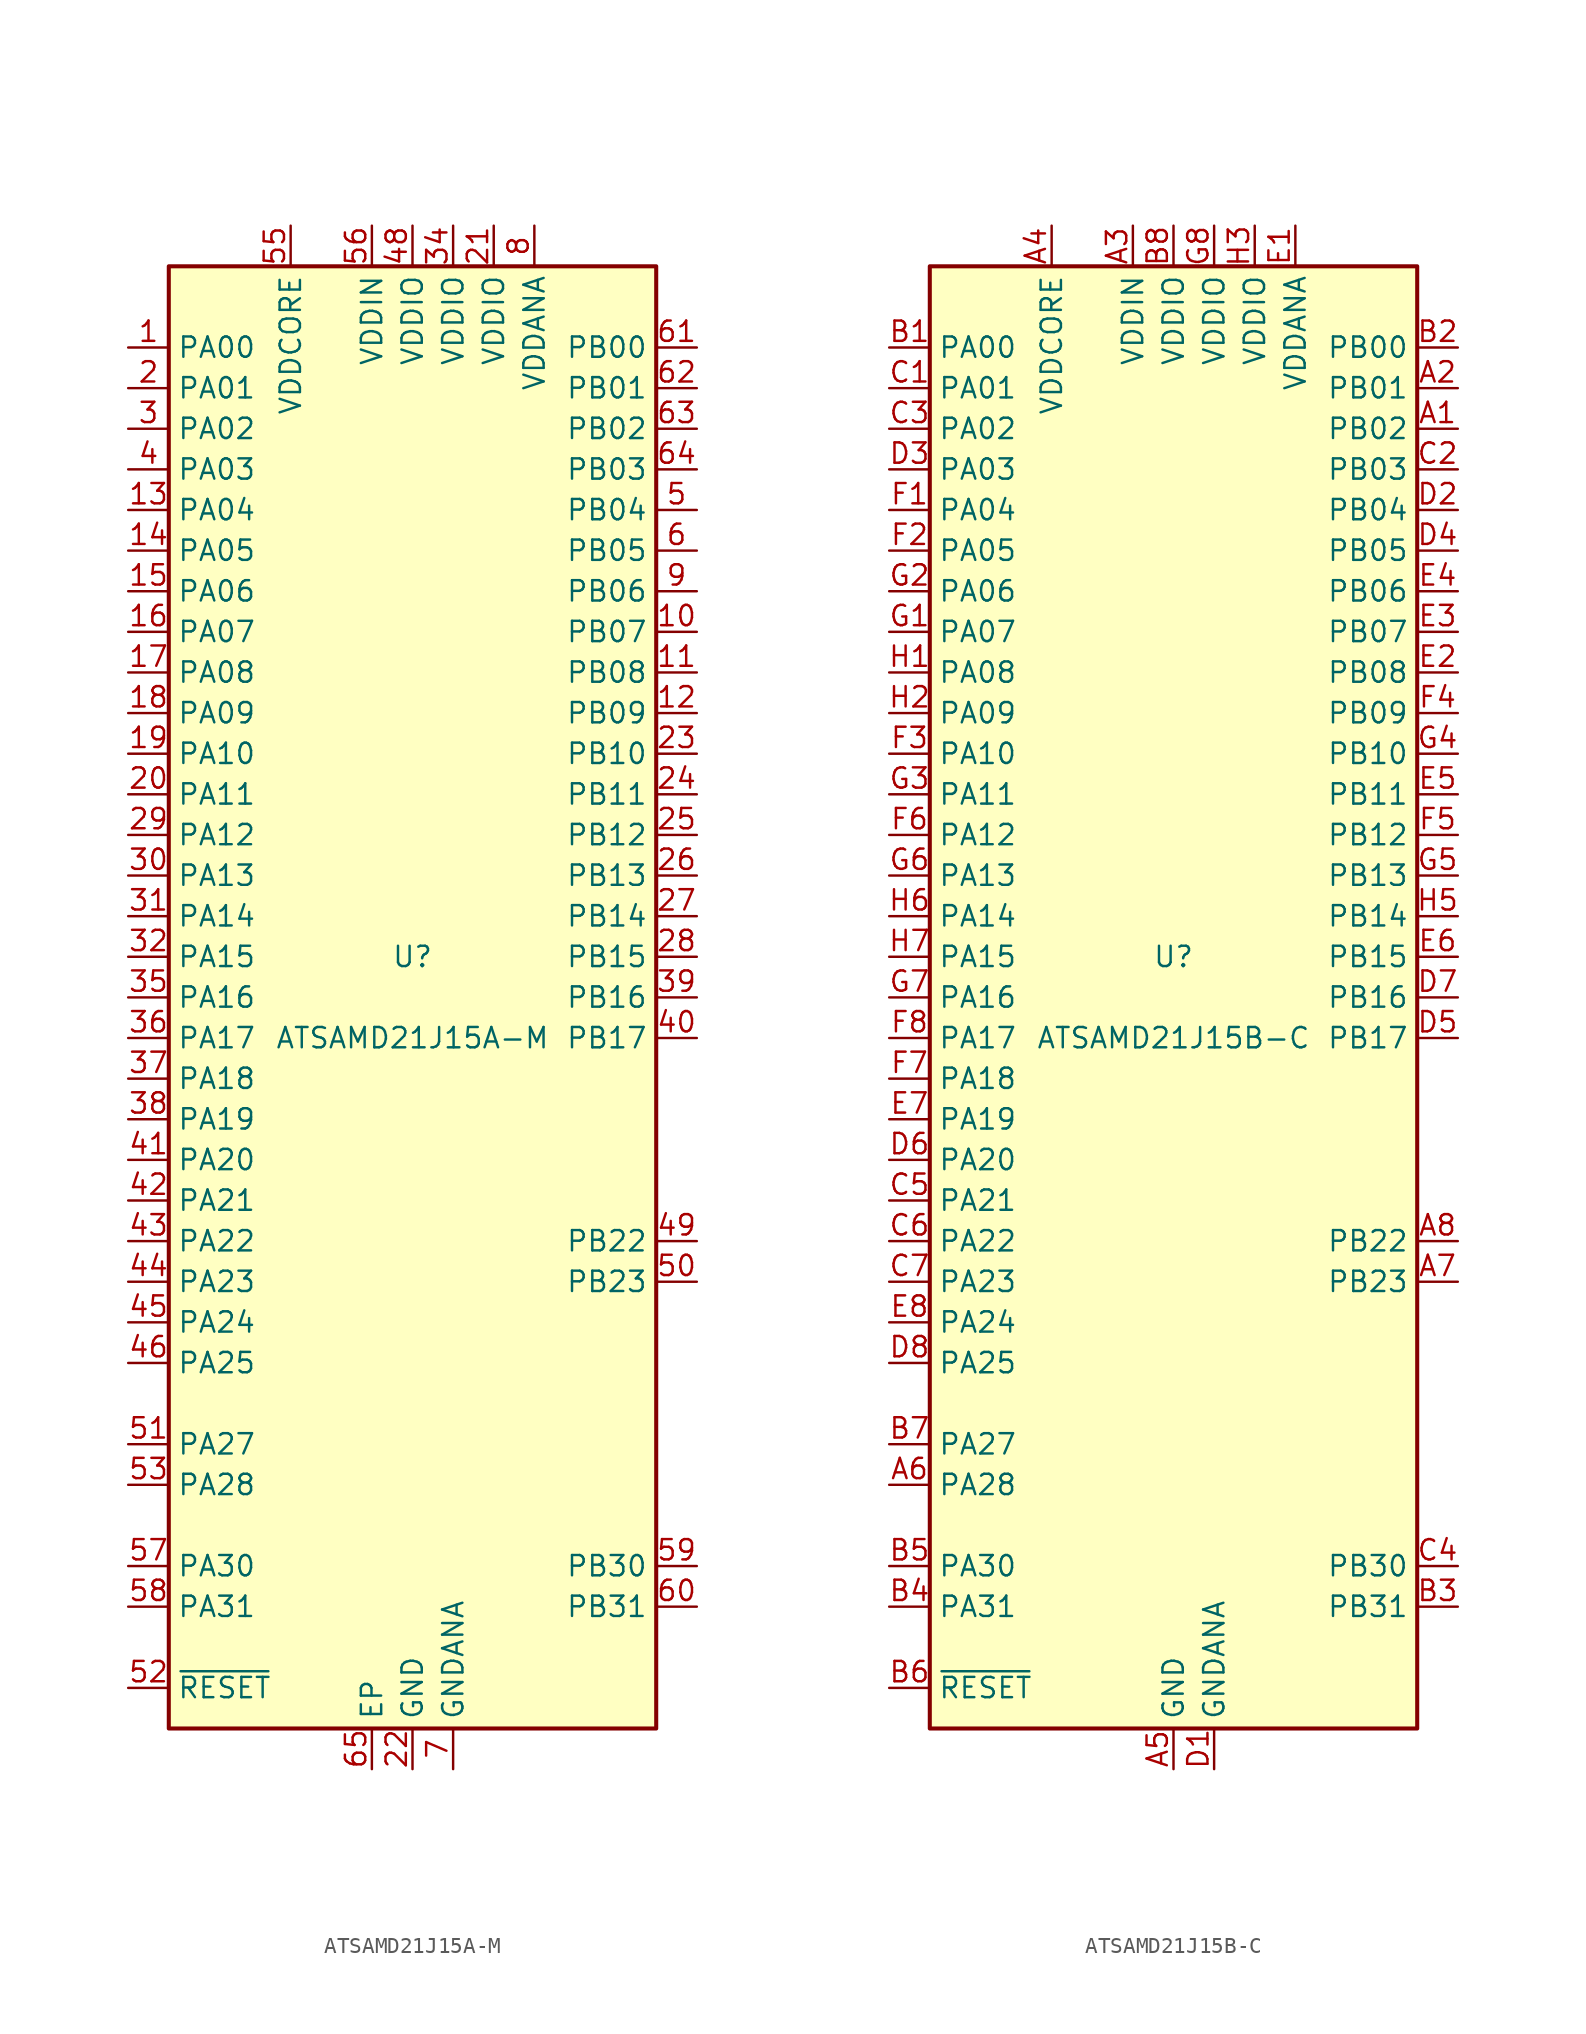
<source format=kicad_sym>
(kicad_symbol_lib
  (version 20201005)
  (generator kicad_symbol_editor)
  (symbol "MCU_Microchip_SAMD:ATSAMD21J15A-M"
    (property "Reference" "U"
      (at 0 2.54 0)
      (effects (font (size 1.27 1.27))))
    (property "Value" "ATSAMD21J15A-M"
      (at 0 -2.54 0)
      (effects (font (size 1.27 1.27))))
    (symbol "ATSAMD21J15A-M_0_1"
      (rectangle (start -15.24 45.72) (end 15.24 -45.72) (stroke (width 0.254)) (fill (type background))))
    (symbol "ATSAMD21J15A-M_1_1"
      (pin bidirectional line (at -17.78 40.64 0) (length 2.54) (name "PA00" (effects (font (size 1.27 1.27)))) (number "1" (effects (font (size 1.27 1.27)))))
      (pin bidirectional line (at 17.78 22.86 180) (length 2.54) (name "PB07" (effects (font (size 1.27 1.27)))) (number "10" (effects (font (size 1.27 1.27)))))
      (pin bidirectional line (at 17.78 20.32 180) (length 2.54) (name "PB08" (effects (font (size 1.27 1.27)))) (number "11" (effects (font (size 1.27 1.27)))))
      (pin bidirectional line (at 17.78 17.78 180) (length 2.54) (name "PB09" (effects (font (size 1.27 1.27)))) (number "12" (effects (font (size 1.27 1.27)))))
      (pin bidirectional line (at -17.78 30.48 0) (length 2.54) (name "PA04" (effects (font (size 1.27 1.27)))) (number "13" (effects (font (size 1.27 1.27)))))
      (pin bidirectional line (at -17.78 27.94 0) (length 2.54) (name "PA05" (effects (font (size 1.27 1.27)))) (number "14" (effects (font (size 1.27 1.27)))))
      (pin bidirectional line (at -17.78 25.4 0) (length 2.54) (name "PA06" (effects (font (size 1.27 1.27)))) (number "15" (effects (font (size 1.27 1.27)))))
      (pin bidirectional line (at -17.78 22.86 0) (length 2.54) (name "PA07" (effects (font (size 1.27 1.27)))) (number "16" (effects (font (size 1.27 1.27)))))
      (pin bidirectional line (at -17.78 20.32 0) (length 2.54) (name "PA08" (effects (font (size 1.27 1.27)))) (number "17" (effects (font (size 1.27 1.27)))))
      (pin bidirectional line (at -17.78 17.78 0) (length 2.54) (name "PA09" (effects (font (size 1.27 1.27)))) (number "18" (effects (font (size 1.27 1.27)))))
      (pin bidirectional line (at -17.78 15.24 0) (length 2.54) (name "PA10" (effects (font (size 1.27 1.27)))) (number "19" (effects (font (size 1.27 1.27)))))
      (pin bidirectional line (at -17.78 38.1 0) (length 2.54) (name "PA01" (effects (font (size 1.27 1.27)))) (number "2" (effects (font (size 1.27 1.27)))))
      (pin bidirectional line (at -17.78 12.7 0) (length 2.54) (name "PA11" (effects (font (size 1.27 1.27)))) (number "20" (effects (font (size 1.27 1.27)))))
      (pin power_in line (at 5.08 48.26 270) (length 2.54) (name "VDDIO" (effects (font (size 1.27 1.27)))) (number "21" (effects (font (size 1.27 1.27)))))
      (pin power_in line (at 0 -48.26 90) (length 2.54) (name "GND" (effects (font (size 1.27 1.27)))) (number "22" (effects (font (size 1.27 1.27)))))
      (pin bidirectional line (at 17.78 15.24 180) (length 2.54) (name "PB10" (effects (font (size 1.27 1.27)))) (number "23" (effects (font (size 1.27 1.27)))))
      (pin bidirectional line (at 17.78 12.7 180) (length 2.54) (name "PB11" (effects (font (size 1.27 1.27)))) (number "24" (effects (font (size 1.27 1.27)))))
      (pin bidirectional line (at 17.78 10.16 180) (length 2.54) (name "PB12" (effects (font (size 1.27 1.27)))) (number "25" (effects (font (size 1.27 1.27)))))
      (pin bidirectional line (at 17.78 7.62 180) (length 2.54) (name "PB13" (effects (font (size 1.27 1.27)))) (number "26" (effects (font (size 1.27 1.27)))))
      (pin bidirectional line (at 17.78 5.08 180) (length 2.54) (name "PB14" (effects (font (size 1.27 1.27)))) (number "27" (effects (font (size 1.27 1.27)))))
      (pin bidirectional line (at 17.78 2.54 180) (length 2.54) (name "PB15" (effects (font (size 1.27 1.27)))) (number "28" (effects (font (size 1.27 1.27)))))
      (pin bidirectional line (at -17.78 10.16 0) (length 2.54) (name "PA12" (effects (font (size 1.27 1.27)))) (number "29" (effects (font (size 1.27 1.27)))))
      (pin bidirectional line (at -17.78 35.56 0) (length 2.54) (name "PA02" (effects (font (size 1.27 1.27)))) (number "3" (effects (font (size 1.27 1.27)))))
      (pin bidirectional line (at -17.78 7.62 0) (length 2.54) (name "PA13" (effects (font (size 1.27 1.27)))) (number "30" (effects (font (size 1.27 1.27)))))
      (pin bidirectional line (at -17.78 5.08 0) (length 2.54) (name "PA14" (effects (font (size 1.27 1.27)))) (number "31" (effects (font (size 1.27 1.27)))))
      (pin bidirectional line (at -17.78 2.54 0) (length 2.54) (name "PA15" (effects (font (size 1.27 1.27)))) (number "32" (effects (font (size 1.27 1.27)))))
      (pin passive line (at 0 -48.26 90) (length 2.54) hide (name "GND" (effects (font (size 1.27 1.27)))) (number "33" (effects (font (size 1.27 1.27)))))
      (pin power_in line (at 2.54 48.26 270) (length 2.54) (name "VDDIO" (effects (font (size 1.27 1.27)))) (number "34" (effects (font (size 1.27 1.27)))))
      (pin bidirectional line (at -17.78 0 0) (length 2.54) (name "PA16" (effects (font (size 1.27 1.27)))) (number "35" (effects (font (size 1.27 1.27)))))
      (pin bidirectional line (at -17.78 -2.54 0) (length 2.54) (name "PA17" (effects (font (size 1.27 1.27)))) (number "36" (effects (font (size 1.27 1.27)))))
      (pin bidirectional line (at -17.78 -5.08 0) (length 2.54) (name "PA18" (effects (font (size 1.27 1.27)))) (number "37" (effects (font (size 1.27 1.27)))))
      (pin bidirectional line (at -17.78 -7.62 0) (length 2.54) (name "PA19" (effects (font (size 1.27 1.27)))) (number "38" (effects (font (size 1.27 1.27)))))
      (pin bidirectional line (at 17.78 0 180) (length 2.54) (name "PB16" (effects (font (size 1.27 1.27)))) (number "39" (effects (font (size 1.27 1.27)))))
      (pin bidirectional line (at -17.78 33.02 0) (length 2.54) (name "PA03" (effects (font (size 1.27 1.27)))) (number "4" (effects (font (size 1.27 1.27)))))
      (pin bidirectional line (at 17.78 -2.54 180) (length 2.54) (name "PB17" (effects (font (size 1.27 1.27)))) (number "40" (effects (font (size 1.27 1.27)))))
      (pin bidirectional line (at -17.78 -10.16 0) (length 2.54) (name "PA20" (effects (font (size 1.27 1.27)))) (number "41" (effects (font (size 1.27 1.27)))))
      (pin bidirectional line (at -17.78 -12.7 0) (length 2.54) (name "PA21" (effects (font (size 1.27 1.27)))) (number "42" (effects (font (size 1.27 1.27)))))
      (pin bidirectional line (at -17.78 -15.24 0) (length 2.54) (name "PA22" (effects (font (size 1.27 1.27)))) (number "43" (effects (font (size 1.27 1.27)))))
      (pin bidirectional line (at -17.78 -17.78 0) (length 2.54) (name "PA23" (effects (font (size 1.27 1.27)))) (number "44" (effects (font (size 1.27 1.27)))))
      (pin bidirectional line (at -17.78 -20.32 0) (length 2.54) (name "PA24" (effects (font (size 1.27 1.27)))) (number "45" (effects (font (size 1.27 1.27)))))
      (pin bidirectional line (at -17.78 -22.86 0) (length 2.54) (name "PA25" (effects (font (size 1.27 1.27)))) (number "46" (effects (font (size 1.27 1.27)))))
      (pin passive line (at 0 -48.26 90) (length 2.54) hide (name "GND" (effects (font (size 1.27 1.27)))) (number "47" (effects (font (size 1.27 1.27)))))
      (pin power_in line (at 0 48.26 270) (length 2.54) (name "VDDIO" (effects (font (size 1.27 1.27)))) (number "48" (effects (font (size 1.27 1.27)))))
      (pin bidirectional line (at 17.78 -15.24 180) (length 2.54) (name "PB22" (effects (font (size 1.27 1.27)))) (number "49" (effects (font (size 1.27 1.27)))))
      (pin bidirectional line (at 17.78 30.48 180) (length 2.54) (name "PB04" (effects (font (size 1.27 1.27)))) (number "5" (effects (font (size 1.27 1.27)))))
      (pin bidirectional line (at 17.78 -17.78 180) (length 2.54) (name "PB23" (effects (font (size 1.27 1.27)))) (number "50" (effects (font (size 1.27 1.27)))))
      (pin bidirectional line (at -17.78 -27.94 0) (length 2.54) (name "PA27" (effects (font (size 1.27 1.27)))) (number "51" (effects (font (size 1.27 1.27)))))
      (pin input line (at -17.78 -43.18 0) (length 2.54) (name "~RESET" (effects (font (size 1.27 1.27)))) (number "52" (effects (font (size 1.27 1.27)))))
      (pin bidirectional line (at -17.78 -30.48 0) (length 2.54) (name "PA28" (effects (font (size 1.27 1.27)))) (number "53" (effects (font (size 1.27 1.27)))))
      (pin passive line (at 0 -48.26 90) (length 2.54) hide (name "GND" (effects (font (size 1.27 1.27)))) (number "54" (effects (font (size 1.27 1.27)))))
      (pin power_out line (at -7.62 48.26 270) (length 2.54) (name "VDDCORE" (effects (font (size 1.27 1.27)))) (number "55" (effects (font (size 1.27 1.27)))))
      (pin power_in line (at -2.54 48.26 270) (length 2.54) (name "VDDIN" (effects (font (size 1.27 1.27)))) (number "56" (effects (font (size 1.27 1.27)))))
      (pin bidirectional line (at -17.78 -35.56 0) (length 2.54) (name "PA30" (effects (font (size 1.27 1.27)))) (number "57" (effects (font (size 1.27 1.27)))))
      (pin bidirectional line (at -17.78 -38.1 0) (length 2.54) (name "PA31" (effects (font (size 1.27 1.27)))) (number "58" (effects (font (size 1.27 1.27)))))
      (pin bidirectional line (at 17.78 -35.56 180) (length 2.54) (name "PB30" (effects (font (size 1.27 1.27)))) (number "59" (effects (font (size 1.27 1.27)))))
      (pin bidirectional line (at 17.78 27.94 180) (length 2.54) (name "PB05" (effects (font (size 1.27 1.27)))) (number "6" (effects (font (size 1.27 1.27)))))
      (pin bidirectional line (at 17.78 -38.1 180) (length 2.54) (name "PB31" (effects (font (size 1.27 1.27)))) (number "60" (effects (font (size 1.27 1.27)))))
      (pin bidirectional line (at 17.78 40.64 180) (length 2.54) (name "PB00" (effects (font (size 1.27 1.27)))) (number "61" (effects (font (size 1.27 1.27)))))
      (pin bidirectional line (at 17.78 38.1 180) (length 2.54) (name "PB01" (effects (font (size 1.27 1.27)))) (number "62" (effects (font (size 1.27 1.27)))))
      (pin bidirectional line (at 17.78 35.56 180) (length 2.54) (name "PB02" (effects (font (size 1.27 1.27)))) (number "63" (effects (font (size 1.27 1.27)))))
      (pin bidirectional line (at 17.78 33.02 180) (length 2.54) (name "PB03" (effects (font (size 1.27 1.27)))) (number "64" (effects (font (size 1.27 1.27)))))
      (pin passive line (at -2.54 -48.26 90) (length 2.54) (name "EP" (effects (font (size 1.27 1.27)))) (number "65" (effects (font (size 1.27 1.27)))))
      (pin power_in line (at 2.54 -48.26 90) (length 2.54) (name "GNDANA" (effects (font (size 1.27 1.27)))) (number "7" (effects (font (size 1.27 1.27)))))
      (pin power_in line (at 7.62 48.26 270) (length 2.54) (name "VDDANA" (effects (font (size 1.27 1.27)))) (number "8" (effects (font (size 1.27 1.27)))))
      (pin bidirectional line (at 17.78 25.4 180) (length 2.54) (name "PB06" (effects (font (size 1.27 1.27)))) (number "9" (effects (font (size 1.27 1.27)))))))
  (symbol "MCU_Microchip_SAMD:ATSAMD21J15B-C"
    (property "Reference" "U"
      (at 0 2.54 0)
      (effects (font (size 1.27 1.27))))
    (property "Value" "ATSAMD21J15B-C"
      (at 0 -2.54 0)
      (effects (font (size 1.27 1.27))))
    (symbol "ATSAMD21J15B-C_0_1"
      (rectangle (start -15.24 45.72) (end 15.24 -45.72) (stroke (width 0.254)) (fill (type background))))
    (symbol "ATSAMD21J15B-C_1_1"
      (pin bidirectional line (at 17.78 35.56 180) (length 2.54) (name "PB02" (effects (font (size 1.27 1.27)))) (number "A1" (effects (font (size 1.27 1.27)))))
      (pin bidirectional line (at 17.78 38.1 180) (length 2.54) (name "PB01" (effects (font (size 1.27 1.27)))) (number "A2" (effects (font (size 1.27 1.27)))))
      (pin power_in line (at -2.54 48.26 270) (length 2.54) (name "VDDIN" (effects (font (size 1.27 1.27)))) (number "A3" (effects (font (size 1.27 1.27)))))
      (pin power_out line (at -7.62 48.26 270) (length 2.54) (name "VDDCORE" (effects (font (size 1.27 1.27)))) (number "A4" (effects (font (size 1.27 1.27)))))
      (pin power_in line (at 0 -48.26 90) (length 2.54) (name "GND" (effects (font (size 1.27 1.27)))) (number "A5" (effects (font (size 1.27 1.27)))))
      (pin bidirectional line (at -17.78 -30.48 0) (length 2.54) (name "PA28" (effects (font (size 1.27 1.27)))) (number "A6" (effects (font (size 1.27 1.27)))))
      (pin bidirectional line (at 17.78 -17.78 180) (length 2.54) (name "PB23" (effects (font (size 1.27 1.27)))) (number "A7" (effects (font (size 1.27 1.27)))))
      (pin bidirectional line (at 17.78 -15.24 180) (length 2.54) (name "PB22" (effects (font (size 1.27 1.27)))) (number "A8" (effects (font (size 1.27 1.27)))))
      (pin bidirectional line (at -17.78 40.64 0) (length 2.54) (name "PA00" (effects (font (size 1.27 1.27)))) (number "B1" (effects (font (size 1.27 1.27)))))
      (pin bidirectional line (at 17.78 40.64 180) (length 2.54) (name "PB00" (effects (font (size 1.27 1.27)))) (number "B2" (effects (font (size 1.27 1.27)))))
      (pin bidirectional line (at 17.78 -38.1 180) (length 2.54) (name "PB31" (effects (font (size 1.27 1.27)))) (number "B3" (effects (font (size 1.27 1.27)))))
      (pin bidirectional line (at -17.78 -38.1 0) (length 2.54) (name "PA31" (effects (font (size 1.27 1.27)))) (number "B4" (effects (font (size 1.27 1.27)))))
      (pin bidirectional line (at -17.78 -35.56 0) (length 2.54) (name "PA30" (effects (font (size 1.27 1.27)))) (number "B5" (effects (font (size 1.27 1.27)))))
      (pin input line (at -17.78 -43.18 0) (length 2.54) (name "~RESET" (effects (font (size 1.27 1.27)))) (number "B6" (effects (font (size 1.27 1.27)))))
      (pin bidirectional line (at -17.78 -27.94 0) (length 2.54) (name "PA27" (effects (font (size 1.27 1.27)))) (number "B7" (effects (font (size 1.27 1.27)))))
      (pin power_in line (at 0 48.26 270) (length 2.54) (name "VDDIO" (effects (font (size 1.27 1.27)))) (number "B8" (effects (font (size 1.27 1.27)))))
      (pin bidirectional line (at -17.78 38.1 0) (length 2.54) (name "PA01" (effects (font (size 1.27 1.27)))) (number "C1" (effects (font (size 1.27 1.27)))))
      (pin bidirectional line (at 17.78 33.02 180) (length 2.54) (name "PB03" (effects (font (size 1.27 1.27)))) (number "C2" (effects (font (size 1.27 1.27)))))
      (pin bidirectional line (at -17.78 35.56 0) (length 2.54) (name "PA02" (effects (font (size 1.27 1.27)))) (number "C3" (effects (font (size 1.27 1.27)))))
      (pin bidirectional line (at 17.78 -35.56 180) (length 2.54) (name "PB30" (effects (font (size 1.27 1.27)))) (number "C4" (effects (font (size 1.27 1.27)))))
      (pin bidirectional line (at -17.78 -12.7 0) (length 2.54) (name "PA21" (effects (font (size 1.27 1.27)))) (number "C5" (effects (font (size 1.27 1.27)))))
      (pin bidirectional line (at -17.78 -15.24 0) (length 2.54) (name "PA22" (effects (font (size 1.27 1.27)))) (number "C6" (effects (font (size 1.27 1.27)))))
      (pin bidirectional line (at -17.78 -17.78 0) (length 2.54) (name "PA23" (effects (font (size 1.27 1.27)))) (number "C7" (effects (font (size 1.27 1.27)))))
      (pin passive line (at 0 -48.26 90) (length 2.54) hide (name "GND" (effects (font (size 1.27 1.27)))) (number "C8" (effects (font (size 1.27 1.27)))))
      (pin power_in line (at 2.54 -48.26 90) (length 2.54) (name "GNDANA" (effects (font (size 1.27 1.27)))) (number "D1" (effects (font (size 1.27 1.27)))))
      (pin bidirectional line (at 17.78 30.48 180) (length 2.54) (name "PB04" (effects (font (size 1.27 1.27)))) (number "D2" (effects (font (size 1.27 1.27)))))
      (pin bidirectional line (at -17.78 33.02 0) (length 2.54) (name "PA03" (effects (font (size 1.27 1.27)))) (number "D3" (effects (font (size 1.27 1.27)))))
      (pin bidirectional line (at 17.78 27.94 180) (length 2.54) (name "PB05" (effects (font (size 1.27 1.27)))) (number "D4" (effects (font (size 1.27 1.27)))))
      (pin bidirectional line (at 17.78 -2.54 180) (length 2.54) (name "PB17" (effects (font (size 1.27 1.27)))) (number "D5" (effects (font (size 1.27 1.27)))))
      (pin bidirectional line (at -17.78 -10.16 0) (length 2.54) (name "PA20" (effects (font (size 1.27 1.27)))) (number "D6" (effects (font (size 1.27 1.27)))))
      (pin bidirectional line (at 17.78 0 180) (length 2.54) (name "PB16" (effects (font (size 1.27 1.27)))) (number "D7" (effects (font (size 1.27 1.27)))))
      (pin bidirectional line (at -17.78 -22.86 0) (length 2.54) (name "PA25" (effects (font (size 1.27 1.27)))) (number "D8" (effects (font (size 1.27 1.27)))))
      (pin power_in line (at 7.62 48.26 270) (length 2.54) (name "VDDANA" (effects (font (size 1.27 1.27)))) (number "E1" (effects (font (size 1.27 1.27)))))
      (pin bidirectional line (at 17.78 20.32 180) (length 2.54) (name "PB08" (effects (font (size 1.27 1.27)))) (number "E2" (effects (font (size 1.27 1.27)))))
      (pin bidirectional line (at 17.78 22.86 180) (length 2.54) (name "PB07" (effects (font (size 1.27 1.27)))) (number "E3" (effects (font (size 1.27 1.27)))))
      (pin bidirectional line (at 17.78 25.4 180) (length 2.54) (name "PB06" (effects (font (size 1.27 1.27)))) (number "E4" (effects (font (size 1.27 1.27)))))
      (pin bidirectional line (at 17.78 12.7 180) (length 2.54) (name "PB11" (effects (font (size 1.27 1.27)))) (number "E5" (effects (font (size 1.27 1.27)))))
      (pin bidirectional line (at 17.78 2.54 180) (length 2.54) (name "PB15" (effects (font (size 1.27 1.27)))) (number "E6" (effects (font (size 1.27 1.27)))))
      (pin bidirectional line (at -17.78 -7.62 0) (length 2.54) (name "PA19" (effects (font (size 1.27 1.27)))) (number "E7" (effects (font (size 1.27 1.27)))))
      (pin bidirectional line (at -17.78 -20.32 0) (length 2.54) (name "PA24" (effects (font (size 1.27 1.27)))) (number "E8" (effects (font (size 1.27 1.27)))))
      (pin bidirectional line (at -17.78 30.48 0) (length 2.54) (name "PA04" (effects (font (size 1.27 1.27)))) (number "F1" (effects (font (size 1.27 1.27)))))
      (pin bidirectional line (at -17.78 27.94 0) (length 2.54) (name "PA05" (effects (font (size 1.27 1.27)))) (number "F2" (effects (font (size 1.27 1.27)))))
      (pin bidirectional line (at -17.78 15.24 0) (length 2.54) (name "PA10" (effects (font (size 1.27 1.27)))) (number "F3" (effects (font (size 1.27 1.27)))))
      (pin bidirectional line (at 17.78 17.78 180) (length 2.54) (name "PB09" (effects (font (size 1.27 1.27)))) (number "F4" (effects (font (size 1.27 1.27)))))
      (pin bidirectional line (at 17.78 10.16 180) (length 2.54) (name "PB12" (effects (font (size 1.27 1.27)))) (number "F5" (effects (font (size 1.27 1.27)))))
      (pin bidirectional line (at -17.78 10.16 0) (length 2.54) (name "PA12" (effects (font (size 1.27 1.27)))) (number "F6" (effects (font (size 1.27 1.27)))))
      (pin bidirectional line (at -17.78 -5.08 0) (length 2.54) (name "PA18" (effects (font (size 1.27 1.27)))) (number "F7" (effects (font (size 1.27 1.27)))))
      (pin bidirectional line (at -17.78 -2.54 0) (length 2.54) (name "PA17" (effects (font (size 1.27 1.27)))) (number "F8" (effects (font (size 1.27 1.27)))))
      (pin bidirectional line (at -17.78 22.86 0) (length 2.54) (name "PA07" (effects (font (size 1.27 1.27)))) (number "G1" (effects (font (size 1.27 1.27)))))
      (pin bidirectional line (at -17.78 25.4 0) (length 2.54) (name "PA06" (effects (font (size 1.27 1.27)))) (number "G2" (effects (font (size 1.27 1.27)))))
      (pin bidirectional line (at -17.78 12.7 0) (length 2.54) (name "PA11" (effects (font (size 1.27 1.27)))) (number "G3" (effects (font (size 1.27 1.27)))))
      (pin bidirectional line (at 17.78 15.24 180) (length 2.54) (name "PB10" (effects (font (size 1.27 1.27)))) (number "G4" (effects (font (size 1.27 1.27)))))
      (pin bidirectional line (at 17.78 7.62 180) (length 2.54) (name "PB13" (effects (font (size 1.27 1.27)))) (number "G5" (effects (font (size 1.27 1.27)))))
      (pin bidirectional line (at -17.78 7.62 0) (length 2.54) (name "PA13" (effects (font (size 1.27 1.27)))) (number "G6" (effects (font (size 1.27 1.27)))))
      (pin bidirectional line (at -17.78 0 0) (length 2.54) (name "PA16" (effects (font (size 1.27 1.27)))) (number "G7" (effects (font (size 1.27 1.27)))))
      (pin power_in line (at 2.54 48.26 270) (length 2.54) (name "VDDIO" (effects (font (size 1.27 1.27)))) (number "G8" (effects (font (size 1.27 1.27)))))
      (pin bidirectional line (at -17.78 20.32 0) (length 2.54) (name "PA08" (effects (font (size 1.27 1.27)))) (number "H1" (effects (font (size 1.27 1.27)))))
      (pin bidirectional line (at -17.78 17.78 0) (length 2.54) (name "PA09" (effects (font (size 1.27 1.27)))) (number "H2" (effects (font (size 1.27 1.27)))))
      (pin power_in line (at 5.08 48.26 270) (length 2.54) (name "VDDIO" (effects (font (size 1.27 1.27)))) (number "H3" (effects (font (size 1.27 1.27)))))
      (pin passive line (at 0 -48.26 90) (length 2.54) hide (name "GND" (effects (font (size 1.27 1.27)))) (number "H4" (effects (font (size 1.27 1.27)))))
      (pin bidirectional line (at 17.78 5.08 180) (length 2.54) (name "PB14" (effects (font (size 1.27 1.27)))) (number "H5" (effects (font (size 1.27 1.27)))))
      (pin bidirectional line (at -17.78 5.08 0) (length 2.54) (name "PA14" (effects (font (size 1.27 1.27)))) (number "H6" (effects (font (size 1.27 1.27)))))
      (pin bidirectional line (at -17.78 2.54 0) (length 2.54) (name "PA15" (effects (font (size 1.27 1.27)))) (number "H7" (effects (font (size 1.27 1.27)))))
      (pin passive line (at 0 -48.26 90) (length 2.54) hide (name "GND" (effects (font (size 1.27 1.27)))) (number "H8" (effects (font (size 1.27 1.27))))))))
</source>
